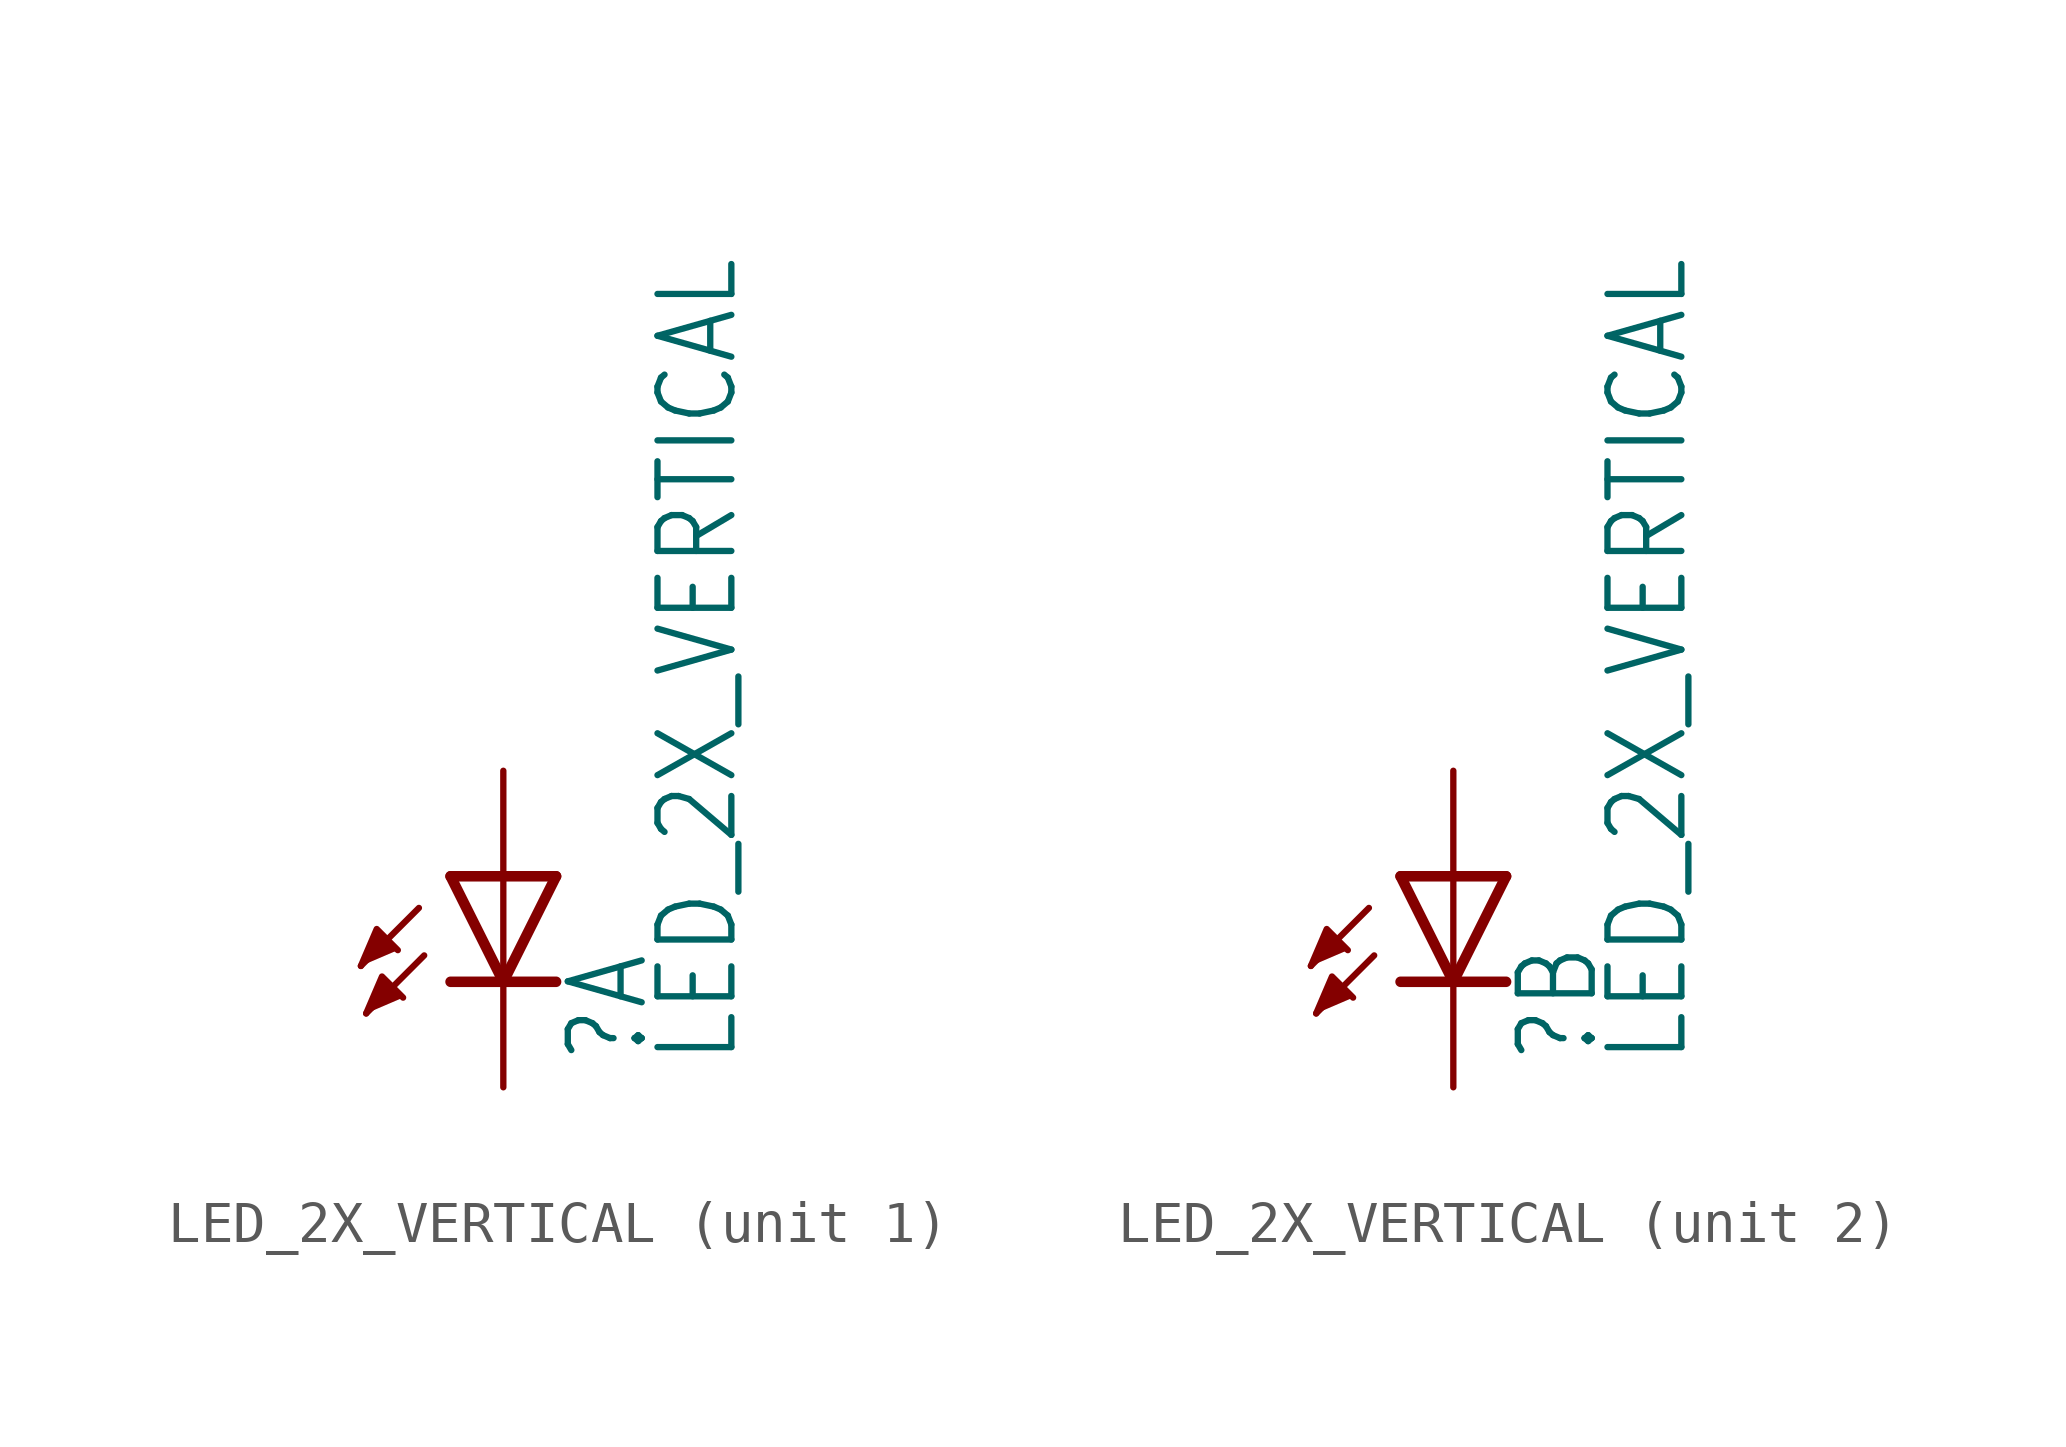
<source format=kicad_sym>
(kicad_symbol_lib
  (version 20211014)
  (generator kicad_symbol_editor)
  (symbol "LED_2X_VERTICAL"
    (property "Reference" ""
      (at 3.556 -4.572 90)
      (effects (font (size 1.778 1.511)) (justify left bottom)))
    (property "Value" "LED_2X_VERTICAL"
      (at 5.715 -4.572 90)
      (effects (font (size 1.778 1.511)) (justify left bottom)))
    (property "ki_locked" ""
      (at 0 0 0)
      (effects (font (size 1.27 1.27))))
    (symbol "LED_2X_VERTICAL_1_0"
      (polyline (pts (xy -2.032 -0.762) (xy -3.429 -2.159)) (stroke (width 0.152) (type default) (color 0 0 0 0)) (fill (type none)))
      (polyline (pts (xy -1.905 -1.905) (xy -3.302 -3.302)) (stroke (width 0.152) (type default) (color 0 0 0 0)) (fill (type none)))
      (polyline (pts (xy 0 -2.54) (xy -1.27 -2.54)) (stroke (width 0.254) (type default) (color 0 0 0 0)) (fill (type none)))
      (polyline (pts (xy 0 -2.54) (xy -1.27 0)) (stroke (width 0.254) (type default) (color 0 0 0 0)) (fill (type none)))
      (polyline (pts (xy 0 0) (xy -1.27 0)) (stroke (width 0.254) (type default) (color 0 0 0 0)) (fill (type none)))
      (polyline (pts (xy 0 0) (xy 0 -2.54)) (stroke (width 0.152) (type default) (color 0 0 0 0)) (fill (type none)))
      (polyline (pts (xy 1.27 -2.54) (xy 0 -2.54)) (stroke (width 0.254) (type default) (color 0 0 0 0)) (fill (type none)))
      (polyline (pts (xy 1.27 0) (xy 0 -2.54)) (stroke (width 0.254) (type default) (color 0 0 0 0)) (fill (type none)))
      (polyline (pts (xy 1.27 0) (xy 0 0)) (stroke (width 0.254) (type default) (color 0 0 0 0)) (fill (type none)))
      (polyline (pts (xy -3.429 -2.159) (xy -3.048 -1.27) (xy -2.54 -1.778)) (stroke (width 0) (type default) (color 0 0 0 0)) (fill (type outline)))
      (polyline (pts (xy -3.302 -3.302) (xy -2.921 -2.413) (xy -2.413 -2.921)) (stroke (width 0) (type default) (color 0 0 0 0)) (fill (type outline)))
      (pin passive line (at 0 2.54 270) (length 2.54) (name "A" (effects (font (size 0 0)))) (number "A1" (effects (font (size 0 0)))))
      (pin passive line (at 0 -5.08 90) (length 2.54) (name "C" (effects (font (size 0 0)))) (number "C1" (effects (font (size 0 0))))))
    (symbol "LED_2X_VERTICAL_2_0"
      (polyline (pts (xy -2.032 -0.762) (xy -3.429 -2.159)) (stroke (width 0.152) (type default) (color 0 0 0 0)) (fill (type none)))
      (polyline (pts (xy -1.905 -1.905) (xy -3.302 -3.302)) (stroke (width 0.152) (type default) (color 0 0 0 0)) (fill (type none)))
      (polyline (pts (xy 0 -2.54) (xy -1.27 -2.54)) (stroke (width 0.254) (type default) (color 0 0 0 0)) (fill (type none)))
      (polyline (pts (xy 0 -2.54) (xy -1.27 0)) (stroke (width 0.254) (type default) (color 0 0 0 0)) (fill (type none)))
      (polyline (pts (xy 0 0) (xy -1.27 0)) (stroke (width 0.254) (type default) (color 0 0 0 0)) (fill (type none)))
      (polyline (pts (xy 0 0) (xy 0 -2.54)) (stroke (width 0.152) (type default) (color 0 0 0 0)) (fill (type none)))
      (polyline (pts (xy 1.27 -2.54) (xy 0 -2.54)) (stroke (width 0.254) (type default) (color 0 0 0 0)) (fill (type none)))
      (polyline (pts (xy 1.27 0) (xy 0 -2.54)) (stroke (width 0.254) (type default) (color 0 0 0 0)) (fill (type none)))
      (polyline (pts (xy 1.27 0) (xy 0 0)) (stroke (width 0.254) (type default) (color 0 0 0 0)) (fill (type none)))
      (polyline (pts (xy -3.429 -2.159) (xy -3.048 -1.27) (xy -2.54 -1.778)) (stroke (width 0) (type default) (color 0 0 0 0)) (fill (type outline)))
      (polyline (pts (xy -3.302 -3.302) (xy -2.921 -2.413) (xy -2.413 -2.921)) (stroke (width 0) (type default) (color 0 0 0 0)) (fill (type outline)))
      (pin passive line (at 0 2.54 270) (length 2.54) (name "A" (effects (font (size 0 0)))) (number "A2" (effects (font (size 0 0)))))
      (pin passive line (at 0 -5.08 90) (length 2.54) (name "C" (effects (font (size 0 0)))) (number "C2" (effects (font (size 0 0))))))))
</source>
